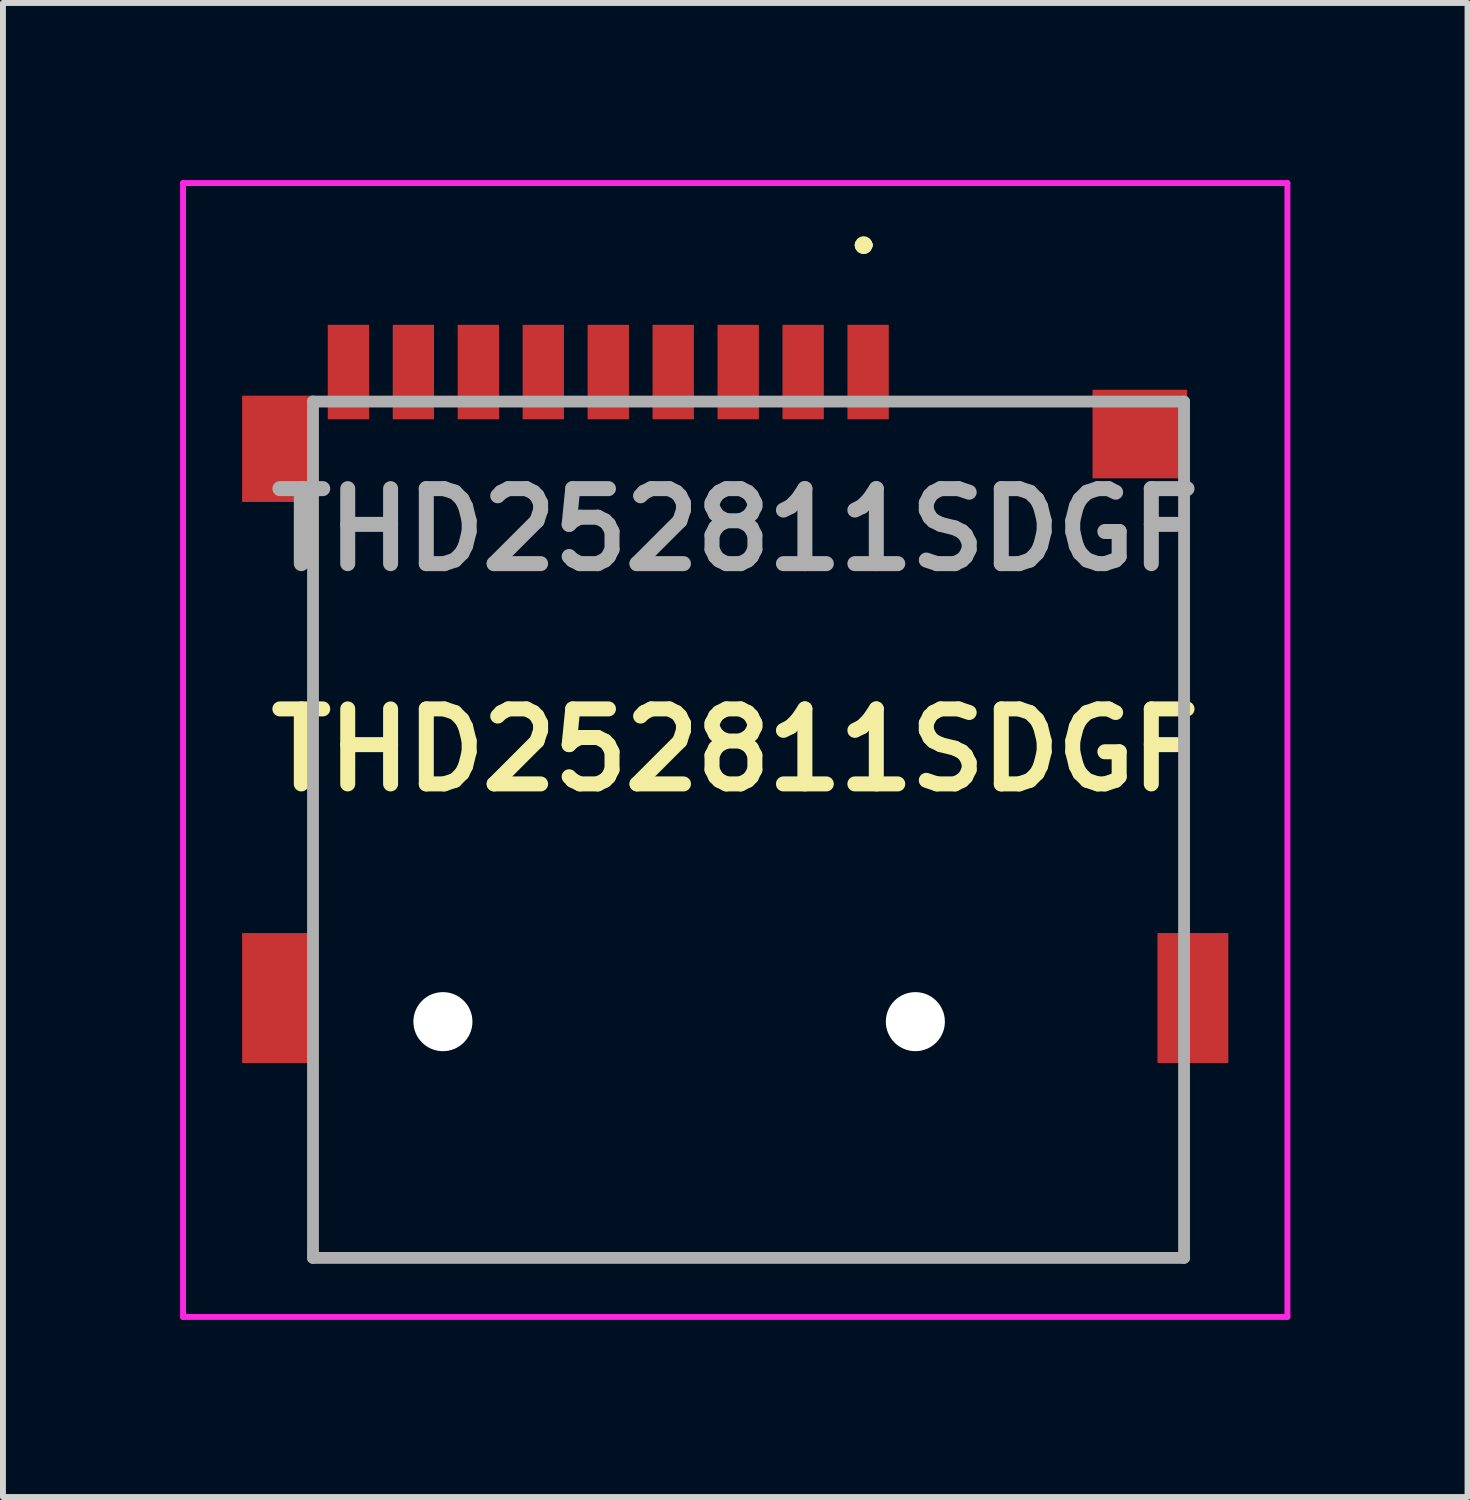
<source format=kicad_pcb>
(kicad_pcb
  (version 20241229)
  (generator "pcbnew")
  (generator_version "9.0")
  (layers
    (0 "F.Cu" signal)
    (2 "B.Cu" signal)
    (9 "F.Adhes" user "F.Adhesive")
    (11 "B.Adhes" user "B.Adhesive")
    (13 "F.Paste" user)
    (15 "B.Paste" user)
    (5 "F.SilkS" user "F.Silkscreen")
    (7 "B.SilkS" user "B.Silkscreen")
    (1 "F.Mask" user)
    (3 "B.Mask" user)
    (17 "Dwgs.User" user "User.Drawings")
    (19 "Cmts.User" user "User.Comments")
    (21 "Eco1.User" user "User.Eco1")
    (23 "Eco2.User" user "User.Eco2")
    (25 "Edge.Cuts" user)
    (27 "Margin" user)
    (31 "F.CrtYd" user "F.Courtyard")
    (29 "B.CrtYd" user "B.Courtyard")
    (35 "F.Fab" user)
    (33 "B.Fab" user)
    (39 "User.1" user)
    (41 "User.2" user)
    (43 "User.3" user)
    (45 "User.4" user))
  (footprint "THD252811SDGF"
    (layer "F.Cu")
    (at 9.625 11)
    (property "Reference" "THD252811SDGF" (at -0.225 -1.35 0) (layer "F.SilkS") (effects (font (size 1.27 1.27) (thickness 0.254))))
    (attr through_hole)
    (fp_line (start -7.375 -4.5) (end -7.375 -4.5) (stroke (width 0.1) (type solid)) (layer "F.SilkS"))
    (fp_line (start -7.375 -4.5) (end -7.375 0.75) (stroke (width 0.1) (type solid)) (layer "F.SilkS"))
    (fp_line (start -7.375 0.75) (end -7.375 -4.5) (stroke (width 0.1) (type solid)) (layer "F.SilkS"))
    (fp_line (start -7.375 0.75) (end -7.375 0.75) (stroke (width 0.1) (type solid)) (layer "F.SilkS"))
    (fp_line (start -7.375 4.75) (end -7.375 4.75) (stroke (width 0.1) (type solid)) (layer "F.SilkS"))
    (fp_line (start -7.375 4.75) (end -7.375 7.25) (stroke (width 0.1) (type solid)) (layer "F.SilkS"))
    (fp_line (start -7.375 7.25) (end -7.375 4.75) (stroke (width 0.1) (type solid)) (layer "F.SilkS"))
    (fp_line (start -7.375 7.25) (end -7.375 7.25) (stroke (width 0.1) (type solid)) (layer "F.SilkS"))
    (fp_line (start -7.375 7.25) (end -7.375 7.25) (stroke (width 0.1) (type solid)) (layer "F.SilkS"))
    (fp_line (start -7.375 7.25) (end 7.375 7.25) (stroke (width 0.1) (type solid)) (layer "F.SilkS"))
    (fp_line (start 1.9 -9.9) (end 1.9 -9.9) (stroke (width 0.2) (type solid)) (layer "F.SilkS"))
    (fp_line (start 1.9 -9.9) (end 1.9 -9.9) (stroke (width 0.2) (type solid)) (layer "F.SilkS"))
    (fp_line (start 2 -9.9) (end 2 -9.9) (stroke (width 0.2) (type solid)) (layer "F.SilkS"))
    (fp_line (start 3.25 -7.25) (end 3.25 -7.25) (stroke (width 0.1) (type solid)) (layer "F.SilkS"))
    (fp_line (start 3.25 -7.25) (end 5 -7.25) (stroke (width 0.1) (type solid)) (layer "F.SilkS"))
    (fp_line (start 5 -7.25) (end 3.25 -7.25) (stroke (width 0.1) (type solid)) (layer "F.SilkS"))
    (fp_line (start 5 -7.25) (end 5 -7.25) (stroke (width 0.1) (type solid)) (layer "F.SilkS"))
    (fp_line (start 7.375 -4.75) (end 7.375 -4.75) (stroke (width 0.1) (type solid)) (layer "F.SilkS"))
    (fp_line (start 7.375 -4.75) (end 7.375 0.75) (stroke (width 0.1) (type solid)) (layer "F.SilkS"))
    (fp_line (start 7.375 0.75) (end 7.375 -4.75) (stroke (width 0.1) (type solid)) (layer "F.SilkS"))
    (fp_line (start 7.375 0.75) (end 7.375 0.75) (stroke (width 0.1) (type solid)) (layer "F.SilkS"))
    (fp_line (start 7.375 5) (end 7.375 5) (stroke (width 0.1) (type solid)) (layer "F.SilkS"))
    (fp_line (start 7.375 5) (end 7.375 7.25) (stroke (width 0.1) (type solid)) (layer "F.SilkS"))
    (fp_line (start 7.375 7.25) (end -7.375 7.25) (stroke (width 0.1) (type solid)) (layer "F.SilkS"))
    (fp_line (start 7.375 7.25) (end 7.375 5) (stroke (width 0.1) (type solid)) (layer "F.SilkS"))
    (fp_line (start 7.375 7.25) (end 7.375 7.25) (stroke (width 0.1) (type solid)) (layer "F.SilkS"))
    (fp_line (start 7.375 7.25) (end 7.375 7.25) (stroke (width 0.1) (type solid)) (layer "F.SilkS"))
    (fp_arc (start 1.9 -9.9) (mid 1.95 -9.95) (end 2 -9.9) (stroke (width 0.2) (type solid)) (layer "F.SilkS"))
    (fp_arc (start 2 -9.9) (mid 1.95 -9.85) (end 1.9 -9.9) (stroke (width 0.2) (type solid)) (layer "F.SilkS"))
    (fp_arc (start 2 -9.9) (mid 1.95 -9.85) (end 1.9 -9.9) (stroke (width 0.2) (type solid)) (layer "F.SilkS"))
    (fp_line (start -9.575 -10.95) (end 9.125 -10.95) (stroke (width 0.1) (type solid)) (layer "F.CrtYd"))
    (fp_line (start -9.575 8.25) (end -9.575 -10.95) (stroke (width 0.1) (type solid)) (layer "F.CrtYd"))
    (fp_line (start 9.125 -10.95) (end 9.125 8.25) (stroke (width 0.1) (type solid)) (layer "F.CrtYd"))
    (fp_line (start 9.125 8.25) (end -9.575 8.25) (stroke (width 0.1) (type solid)) (layer "F.CrtYd"))
    (fp_line (start -7.375 -7.25) (end -7.375 7.25) (stroke (width 0.2) (type solid)) (layer "F.Fab"))
    (fp_line (start -7.375 7.25) (end 7.375 7.25) (stroke (width 0.2) (type solid)) (layer "F.Fab"))
    (fp_line (start 7.375 -7.25) (end -7.375 -7.25) (stroke (width 0.2) (type solid)) (layer "F.Fab"))
    (fp_line (start 7.375 7.25) (end 7.375 -7.25) (stroke (width 0.2) (type solid)) (layer "F.Fab"))
    (fp_text user "${REFERENCE}" (at -0.225 -5.08 0) (layer "F.Fab") (effects (font (size 1.27 1.27) (thickness 0.254))))
    (pad "" np_thru_hole circle (at -5.175 3.25) (size 1 1) (drill 1) (layers "*.Cu" "*.Mask"))
    (pad "" np_thru_hole circle (at 2.825 3.25) (size 1 1) (drill 1) (layers "*.Cu" "*.Mask"))
    (pad "1" smd rect (at 2.025 -7.75) (size 0.7 1.6) (layers "F.Cu" "F.Mask" "F.Paste"))
    (pad "2" smd rect (at 0.925 -7.75) (size 0.7 1.6) (layers "F.Cu" "F.Mask" "F.Paste"))
    (pad "3" smd rect (at -0.175 -7.75) (size 0.7 1.6) (layers "F.Cu" "F.Mask" "F.Paste"))
    (pad "4" smd rect (at -1.275 -7.75) (size 0.7 1.6) (layers "F.Cu" "F.Mask" "F.Paste"))
    (pad "5" smd rect (at -2.375 -7.75) (size 0.7 1.6) (layers "F.Cu" "F.Mask" "F.Paste"))
    (pad "6" smd rect (at -3.475 -7.75) (size 0.7 1.6) (layers "F.Cu" "F.Mask" "F.Paste"))
    (pad "7" smd rect (at -4.575 -7.75) (size 0.7 1.6) (layers "F.Cu" "F.Mask" "F.Paste"))
    (pad "8" smd rect (at -5.675 -7.75) (size 0.7 1.6) (layers "F.Cu" "F.Mask" "F.Paste"))
    (pad "9" smd rect (at -6.775 -7.75) (size 0.7 1.6) (layers "F.Cu" "F.Mask" "F.Paste"))
    (pad "MP1" smd rect (at 6.625 -6.7 90) (size 1.5 1.6) (layers "F.Cu" "F.Mask" "F.Paste"))
    (pad "MP2" smd rect (at 7.525 2.85) (size 1.2 2.2) (layers "F.Cu" "F.Mask" "F.Paste"))
    (pad "MP3" smd rect (at -7.975 2.85) (size 1.2 2.2) (layers "F.Cu" "F.Mask" "F.Paste"))
    (pad "MP4" smd rect (at -7.975 -6.45) (size 1.2 1.8) (layers "F.Cu" "F.Mask" "F.Paste")))
  (gr_rect
    (start -3 -3)
    (end 21.8 22.3)
    (stroke (width 0.1) (type default))
    (fill no)
    (layer "Edge.Cuts")))
</source>
